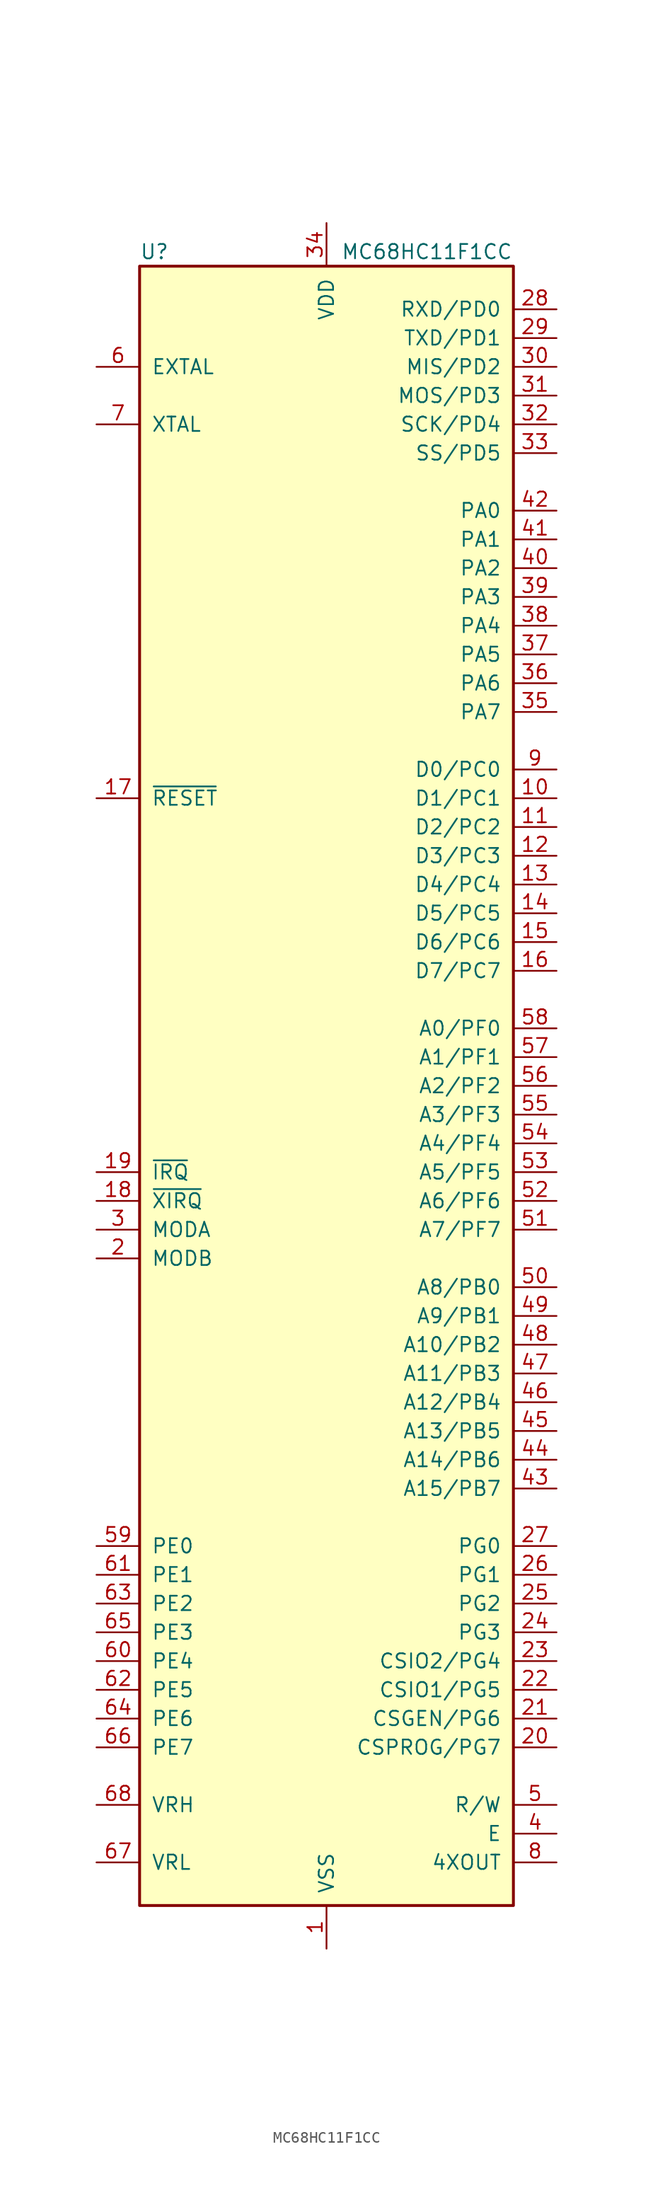
<source format=kicad_sym>
(kicad_symbol_lib
  (version 20201005)
  (generator kicad_symbol_editor)
  (symbol "MC68HC11F1CC"
    (pin_names
      (offset 1.016))
    (property "Reference" "U"
      (at -16.51 71.12 0)
      (effects (font (size 1.27 1.27)) (justify left)))
    (property "Value" "MC68HC11F1CC"
      (at 1.27 71.12 0)
      (effects (font (size 1.27 1.27)) (justify left)))
    (symbol "MC68HC11F1CC_0_1"
      (rectangle (start -16.51 69.85) (end 16.51 -74.93) (stroke (width 0.254)) (fill (type background))))
    (symbol "MC68HC11F1CC_1_1"
      (pin power_in line (at 0 -78.74 90) (length 3.81) (name "VSS" (effects (font (size 1.27 1.27)))) (number "1" (effects (font (size 1.27 1.27)))))
      (pin bidirectional line (at 20.32 22.86 180) (length 3.81) (name "D1/PC1" (effects (font (size 1.27 1.27)))) (number "10" (effects (font (size 1.27 1.27)))))
      (pin bidirectional line (at 20.32 20.32 180) (length 3.81) (name "D2/PC2" (effects (font (size 1.27 1.27)))) (number "11" (effects (font (size 1.27 1.27)))))
      (pin bidirectional line (at 20.32 17.78 180) (length 3.81) (name "D3/PC3" (effects (font (size 1.27 1.27)))) (number "12" (effects (font (size 1.27 1.27)))))
      (pin bidirectional line (at 20.32 15.24 180) (length 3.81) (name "D4/PC4" (effects (font (size 1.27 1.27)))) (number "13" (effects (font (size 1.27 1.27)))))
      (pin bidirectional line (at 20.32 12.7 180) (length 3.81) (name "D5/PC5" (effects (font (size 1.27 1.27)))) (number "14" (effects (font (size 1.27 1.27)))))
      (pin bidirectional line (at 20.32 10.16 180) (length 3.81) (name "D6/PC6" (effects (font (size 1.27 1.27)))) (number "15" (effects (font (size 1.27 1.27)))))
      (pin bidirectional line (at 20.32 7.62 180) (length 3.81) (name "D7/PC7" (effects (font (size 1.27 1.27)))) (number "16" (effects (font (size 1.27 1.27)))))
      (pin input line (at -20.32 22.86 0) (length 3.81) (name "~RESET" (effects (font (size 1.27 1.27)))) (number "17" (effects (font (size 1.27 1.27)))))
      (pin input line (at -20.32 -12.7 0) (length 3.81) (name "~XIRQ" (effects (font (size 1.27 1.27)))) (number "18" (effects (font (size 1.27 1.27)))))
      (pin input line (at -20.32 -10.16 0) (length 3.81) (name "~IRQ" (effects (font (size 1.27 1.27)))) (number "19" (effects (font (size 1.27 1.27)))))
      (pin input line (at -20.32 -17.78 0) (length 3.81) (name "MODB" (effects (font (size 1.27 1.27)))) (number "2" (effects (font (size 1.27 1.27)))))
      (pin bidirectional line (at 20.32 -60.96 180) (length 3.81) (name "CSPROG/PG7" (effects (font (size 1.27 1.27)))) (number "20" (effects (font (size 1.27 1.27)))))
      (pin bidirectional line (at 20.32 -58.42 180) (length 3.81) (name "CSGEN/PG6" (effects (font (size 1.27 1.27)))) (number "21" (effects (font (size 1.27 1.27)))))
      (pin bidirectional line (at 20.32 -55.88 180) (length 3.81) (name "CSIO1/PG5" (effects (font (size 1.27 1.27)))) (number "22" (effects (font (size 1.27 1.27)))))
      (pin bidirectional line (at 20.32 -53.34 180) (length 3.81) (name "CSIO2/PG4" (effects (font (size 1.27 1.27)))) (number "23" (effects (font (size 1.27 1.27)))))
      (pin bidirectional line (at 20.32 -50.8 180) (length 3.81) (name "PG3" (effects (font (size 1.27 1.27)))) (number "24" (effects (font (size 1.27 1.27)))))
      (pin bidirectional line (at 20.32 -48.26 180) (length 3.81) (name "PG2" (effects (font (size 1.27 1.27)))) (number "25" (effects (font (size 1.27 1.27)))))
      (pin bidirectional line (at 20.32 -45.72 180) (length 3.81) (name "PG1" (effects (font (size 1.27 1.27)))) (number "26" (effects (font (size 1.27 1.27)))))
      (pin bidirectional line (at 20.32 -43.18 180) (length 3.81) (name "PG0" (effects (font (size 1.27 1.27)))) (number "27" (effects (font (size 1.27 1.27)))))
      (pin bidirectional line (at 20.32 66.04 180) (length 3.81) (name "RXD/PD0" (effects (font (size 1.27 1.27)))) (number "28" (effects (font (size 1.27 1.27)))))
      (pin bidirectional line (at 20.32 63.5 180) (length 3.81) (name "TXD/PD1" (effects (font (size 1.27 1.27)))) (number "29" (effects (font (size 1.27 1.27)))))
      (pin bidirectional line (at -20.32 -15.24 0) (length 3.81) (name "MODA" (effects (font (size 1.27 1.27)))) (number "3" (effects (font (size 1.27 1.27)))))
      (pin bidirectional line (at 20.32 60.96 180) (length 3.81) (name "MIS/PD2" (effects (font (size 1.27 1.27)))) (number "30" (effects (font (size 1.27 1.27)))))
      (pin bidirectional line (at 20.32 58.42 180) (length 3.81) (name "MOS/PD3" (effects (font (size 1.27 1.27)))) (number "31" (effects (font (size 1.27 1.27)))))
      (pin bidirectional line (at 20.32 55.88 180) (length 3.81) (name "SCK/PD4" (effects (font (size 1.27 1.27)))) (number "32" (effects (font (size 1.27 1.27)))))
      (pin bidirectional line (at 20.32 53.34 180) (length 3.81) (name "SS/PD5" (effects (font (size 1.27 1.27)))) (number "33" (effects (font (size 1.27 1.27)))))
      (pin power_in line (at 0 73.66 270) (length 3.81) (name "VDD" (effects (font (size 1.27 1.27)))) (number "34" (effects (font (size 1.27 1.27)))))
      (pin bidirectional line (at 20.32 30.48 180) (length 3.81) (name "PA7" (effects (font (size 1.27 1.27)))) (number "35" (effects (font (size 1.27 1.27)))))
      (pin bidirectional line (at 20.32 33.02 180) (length 3.81) (name "PA6" (effects (font (size 1.27 1.27)))) (number "36" (effects (font (size 1.27 1.27)))))
      (pin bidirectional line (at 20.32 35.56 180) (length 3.81) (name "PA5" (effects (font (size 1.27 1.27)))) (number "37" (effects (font (size 1.27 1.27)))))
      (pin bidirectional line (at 20.32 38.1 180) (length 3.81) (name "PA4" (effects (font (size 1.27 1.27)))) (number "38" (effects (font (size 1.27 1.27)))))
      (pin bidirectional line (at 20.32 40.64 180) (length 3.81) (name "PA3" (effects (font (size 1.27 1.27)))) (number "39" (effects (font (size 1.27 1.27)))))
      (pin output line (at 20.32 -68.58 180) (length 3.81) (name "E" (effects (font (size 1.27 1.27)))) (number "4" (effects (font (size 1.27 1.27)))))
      (pin bidirectional line (at 20.32 43.18 180) (length 3.81) (name "PA2" (effects (font (size 1.27 1.27)))) (number "40" (effects (font (size 1.27 1.27)))))
      (pin bidirectional line (at 20.32 45.72 180) (length 3.81) (name "PA1" (effects (font (size 1.27 1.27)))) (number "41" (effects (font (size 1.27 1.27)))))
      (pin bidirectional line (at 20.32 48.26 180) (length 3.81) (name "PA0" (effects (font (size 1.27 1.27)))) (number "42" (effects (font (size 1.27 1.27)))))
      (pin output line (at 20.32 -38.1 180) (length 3.81) (name "A15/PB7" (effects (font (size 1.27 1.27)))) (number "43" (effects (font (size 1.27 1.27)))))
      (pin output line (at 20.32 -35.56 180) (length 3.81) (name "A14/PB6" (effects (font (size 1.27 1.27)))) (number "44" (effects (font (size 1.27 1.27)))))
      (pin output line (at 20.32 -33.02 180) (length 3.81) (name "A13/PB5" (effects (font (size 1.27 1.27)))) (number "45" (effects (font (size 1.27 1.27)))))
      (pin output line (at 20.32 -30.48 180) (length 3.81) (name "A12/PB4" (effects (font (size 1.27 1.27)))) (number "46" (effects (font (size 1.27 1.27)))))
      (pin output line (at 20.32 -27.94 180) (length 3.81) (name "A11/PB3" (effects (font (size 1.27 1.27)))) (number "47" (effects (font (size 1.27 1.27)))))
      (pin output line (at 20.32 -25.4 180) (length 3.81) (name "A10/PB2" (effects (font (size 1.27 1.27)))) (number "48" (effects (font (size 1.27 1.27)))))
      (pin output line (at 20.32 -22.86 180) (length 3.81) (name "A9/PB1" (effects (font (size 1.27 1.27)))) (number "49" (effects (font (size 1.27 1.27)))))
      (pin output line (at 20.32 -66.04 180) (length 3.81) (name "R/W" (effects (font (size 1.27 1.27)))) (number "5" (effects (font (size 1.27 1.27)))))
      (pin output line (at 20.32 -20.32 180) (length 3.81) (name "A8/PB0" (effects (font (size 1.27 1.27)))) (number "50" (effects (font (size 1.27 1.27)))))
      (pin output line (at 20.32 -15.24 180) (length 3.81) (name "A7/PF7" (effects (font (size 1.27 1.27)))) (number "51" (effects (font (size 1.27 1.27)))))
      (pin output line (at 20.32 -12.7 180) (length 3.81) (name "A6/PF6" (effects (font (size 1.27 1.27)))) (number "52" (effects (font (size 1.27 1.27)))))
      (pin output line (at 20.32 -10.16 180) (length 3.81) (name "A5/PF5" (effects (font (size 1.27 1.27)))) (number "53" (effects (font (size 1.27 1.27)))))
      (pin output line (at 20.32 -7.62 180) (length 3.81) (name "A4/PF4" (effects (font (size 1.27 1.27)))) (number "54" (effects (font (size 1.27 1.27)))))
      (pin output line (at 20.32 -5.08 180) (length 3.81) (name "A3/PF3" (effects (font (size 1.27 1.27)))) (number "55" (effects (font (size 1.27 1.27)))))
      (pin output line (at 20.32 -2.54 180) (length 3.81) (name "A2/PF2" (effects (font (size 1.27 1.27)))) (number "56" (effects (font (size 1.27 1.27)))))
      (pin output line (at 20.32 0 180) (length 3.81) (name "A1/PF1" (effects (font (size 1.27 1.27)))) (number "57" (effects (font (size 1.27 1.27)))))
      (pin output line (at 20.32 2.54 180) (length 3.81) (name "A0/PF0" (effects (font (size 1.27 1.27)))) (number "58" (effects (font (size 1.27 1.27)))))
      (pin input line (at -20.32 -43.18 0) (length 3.81) (name "PE0" (effects (font (size 1.27 1.27)))) (number "59" (effects (font (size 1.27 1.27)))))
      (pin output line (at -20.32 60.96 0) (length 3.81) (name "EXTAL" (effects (font (size 1.27 1.27)))) (number "6" (effects (font (size 1.27 1.27)))))
      (pin input line (at -20.32 -53.34 0) (length 3.81) (name "PE4" (effects (font (size 1.27 1.27)))) (number "60" (effects (font (size 1.27 1.27)))))
      (pin input line (at -20.32 -45.72 0) (length 3.81) (name "PE1" (effects (font (size 1.27 1.27)))) (number "61" (effects (font (size 1.27 1.27)))))
      (pin input line (at -20.32 -55.88 0) (length 3.81) (name "PE5" (effects (font (size 1.27 1.27)))) (number "62" (effects (font (size 1.27 1.27)))))
      (pin input line (at -20.32 -48.26 0) (length 3.81) (name "PE2" (effects (font (size 1.27 1.27)))) (number "63" (effects (font (size 1.27 1.27)))))
      (pin input line (at -20.32 -58.42 0) (length 3.81) (name "PE6" (effects (font (size 1.27 1.27)))) (number "64" (effects (font (size 1.27 1.27)))))
      (pin input line (at -20.32 -50.8 0) (length 3.81) (name "PE3" (effects (font (size 1.27 1.27)))) (number "65" (effects (font (size 1.27 1.27)))))
      (pin input line (at -20.32 -60.96 0) (length 3.81) (name "PE7" (effects (font (size 1.27 1.27)))) (number "66" (effects (font (size 1.27 1.27)))))
      (pin input line (at -20.32 -71.12 0) (length 3.81) (name "VRL" (effects (font (size 1.27 1.27)))) (number "67" (effects (font (size 1.27 1.27)))))
      (pin input line (at -20.32 -66.04 0) (length 3.81) (name "VRH" (effects (font (size 1.27 1.27)))) (number "68" (effects (font (size 1.27 1.27)))))
      (pin input line (at -20.32 55.88 0) (length 3.81) (name "XTAL" (effects (font (size 1.27 1.27)))) (number "7" (effects (font (size 1.27 1.27)))))
      (pin output line (at 20.32 -71.12 180) (length 3.81) (name "4XOUT" (effects (font (size 1.27 1.27)))) (number "8" (effects (font (size 1.27 1.27)))))
      (pin bidirectional line (at 20.32 25.4 180) (length 3.81) (name "D0/PC0" (effects (font (size 1.27 1.27)))) (number "9" (effects (font (size 1.27 1.27))))))))
</source>
